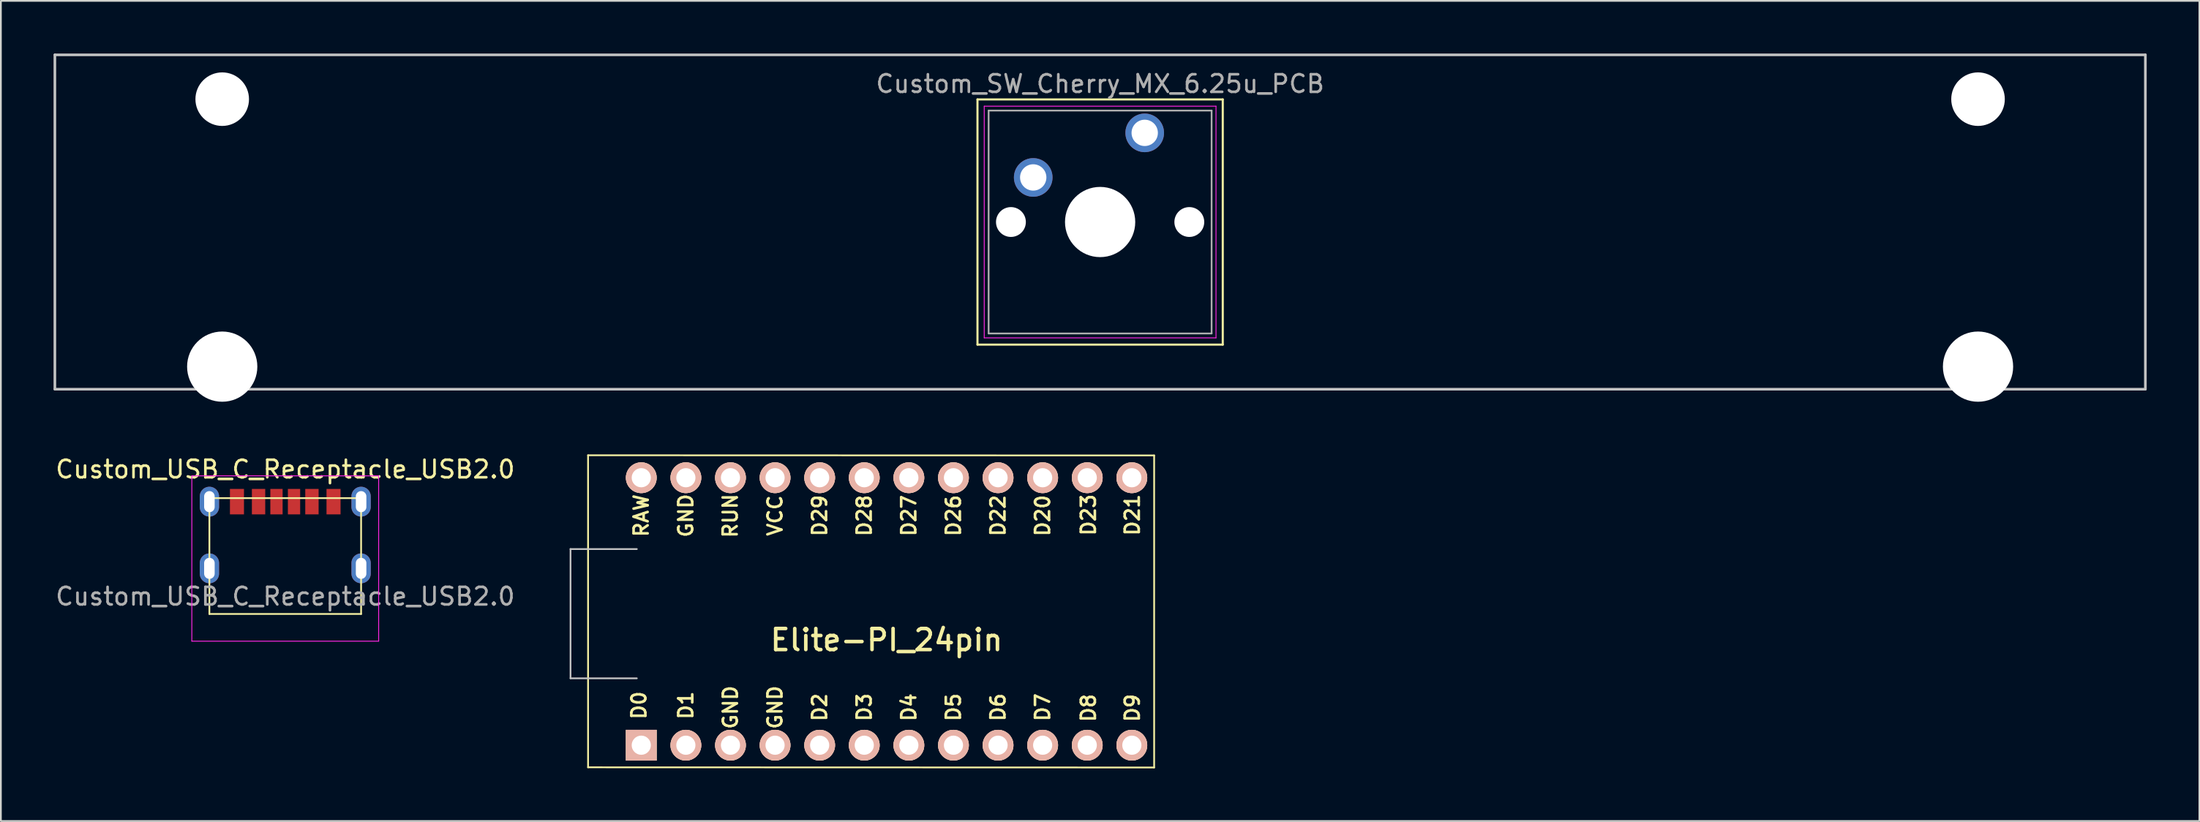
<source format=kicad_pcb>
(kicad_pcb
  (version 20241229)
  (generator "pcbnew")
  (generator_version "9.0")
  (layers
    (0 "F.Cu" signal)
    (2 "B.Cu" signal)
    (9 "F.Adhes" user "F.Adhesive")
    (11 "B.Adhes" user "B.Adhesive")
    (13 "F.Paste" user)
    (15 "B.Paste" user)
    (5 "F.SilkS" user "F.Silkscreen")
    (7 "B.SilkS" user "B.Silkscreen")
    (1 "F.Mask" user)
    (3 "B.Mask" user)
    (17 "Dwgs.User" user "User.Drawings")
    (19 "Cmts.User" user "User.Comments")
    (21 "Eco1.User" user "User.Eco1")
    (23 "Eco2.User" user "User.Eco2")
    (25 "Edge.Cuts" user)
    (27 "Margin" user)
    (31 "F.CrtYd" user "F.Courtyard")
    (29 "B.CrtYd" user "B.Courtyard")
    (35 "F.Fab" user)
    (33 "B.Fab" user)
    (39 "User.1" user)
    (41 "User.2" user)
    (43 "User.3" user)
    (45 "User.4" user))
  (footprint "Custom_USB_C_Receptacle_USB2.0"
    (layer "F.Cu")
    (at 13.196 29.333)
    (property "Reference" "Custom_USB_C_Receptacle_USB2.0" (at 0 -5.645 0) (layer "F.SilkS") (effects (font (size 1 1) (thickness 0.15))))
    (attr through_hole)
    (fp_line (start -4.32 -4) (end -4.32 2.6) (stroke (width 0.1) (type default)) (layer "F.SilkS"))
    (fp_line (start -4.32 2.6) (end 4.32 2.6) (stroke (width 0.1) (type default)) (layer "F.SilkS"))
    (fp_line (start 4.32 -4) (end -4.32 -4) (stroke (width 0.1) (type default)) (layer "F.SilkS"))
    (fp_line (start 4.32 2.6) (end 4.32 -4) (stroke (width 0.1) (type default)) (layer "F.SilkS"))
    (fp_line (start -5.32 -5.27) (end -5.32 4.15) (stroke (width 0.05) (type solid)) (layer "F.CrtYd"))
    (fp_line (start -5.32 -5.27) (end 5.32 -5.27) (stroke (width 0.05) (type solid)) (layer "F.CrtYd"))
    (fp_line (start -5.32 4.15) (end 5.32 4.15) (stroke (width 0.05) (type solid)) (layer "F.CrtYd"))
    (fp_line (start 5.32 -5.27) (end 5.32 4.15) (stroke (width 0.05) (type solid)) (layer "F.CrtYd"))
    (fp_text user "${REFERENCE}" (at 0 1.6 0) (layer "F.Fab") (effects (font (size 1 1) (thickness 0.15))))
    (pad "A6" smd rect (at -0.5 -3.8) (size 0.7 1.45) (layers "F.Cu" "F.Mask" "F.Paste"))
    (pad "A7" smd rect (at 0.5 -3.8) (size 0.7 1.45) (layers "F.Cu" "F.Mask" "F.Paste"))
    (pad "A9" smd rect (at 1.52 -3.8) (size 0.76 1.45) (layers "F.Cu" "F.Mask" "F.Paste"))
    (pad "A12" smd rect (at 2.75 -3.8) (size 0.8 1.45) (layers "F.Cu" "F.Mask" "F.Paste"))
    (pad "B9" smd rect (at -1.52 -3.8) (size 0.76 1.45) (layers "F.Cu" "F.Mask" "F.Paste"))
    (pad "B12" smd rect (at -2.75 -3.8) (size 0.8 1.45) (layers "F.Cu" "F.Mask" "F.Paste"))
    (pad "S1" thru_hole oval (at -4.32 -3.8) (size 1.1 1.7) (drill oval 0.6 1.2) (layers "*.Cu" "*.Mask"))
    (pad "S1" thru_hole oval (at -4.32 0) (size 1.1 1.7) (drill oval 0.6 1.2) (layers "*.Cu" "*.Mask"))
    (pad "S1" thru_hole oval (at 4.32 -3.8) (size 1.1 1.7) (drill oval 0.6 1.2) (layers "*.Cu" "*.Mask"))
    (pad "S1" thru_hole oval (at 4.32 0) (size 1.1 1.7) (drill oval 0.6 1.2) (layers "*.Cu" "*.Mask")))
  (footprint "Custom_SW_Cherry_MX_6.25u_PCB"
    (layer "F.Cu")
    (at 62.146 4.52)
    (property "Reference" "Custom_SW_Cherry_MX_6.25u_PCB" (at -2.54 -2.794 0) (layer "F.Fab") (effects (font (size 1 1) (thickness 0.15))))
    (attr through_hole)
    (fp_line (start -9.525 -1.905) (end 4.445 -1.905) (stroke (width 0.12) (type solid)) (layer "F.SilkS"))
    (fp_line (start -9.525 12.065) (end -9.525 -1.905) (stroke (width 0.12) (type solid)) (layer "F.SilkS"))
    (fp_line (start 4.445 -1.905) (end 4.445 12.065) (stroke (width 0.12) (type solid)) (layer "F.SilkS"))
    (fp_line (start 4.445 12.065) (end -9.525 12.065) (stroke (width 0.12) (type solid)) (layer "F.SilkS"))
    (fp_line (start -62.071 -4.445) (end 56.991 -4.445) (stroke (width 0.15) (type solid)) (layer "Dwgs.User"))
    (fp_line (start -62.071 14.605) (end -62.071 -4.445) (stroke (width 0.15) (type solid)) (layer "Dwgs.User"))
    (fp_line (start 56.991 -4.445) (end 56.991 14.605) (stroke (width 0.15) (type solid)) (layer "Dwgs.User"))
    (fp_line (start 56.991 14.605) (end -62.071 14.605) (stroke (width 0.15) (type solid)) (layer "Dwgs.User"))
    (fp_line (start -9.14 -1.52) (end 4.06 -1.52) (stroke (width 0.05) (type solid)) (layer "F.CrtYd"))
    (fp_line (start -9.14 11.68) (end -9.14 -1.52) (stroke (width 0.05) (type solid)) (layer "F.CrtYd"))
    (fp_line (start 4.06 -1.52) (end 4.06 11.68) (stroke (width 0.05) (type solid)) (layer "F.CrtYd"))
    (fp_line (start 4.06 11.68) (end -9.14 11.68) (stroke (width 0.05) (type solid)) (layer "F.CrtYd"))
    (fp_line (start -8.89 -1.27) (end 3.81 -1.27) (stroke (width 0.1) (type solid)) (layer "F.Fab"))
    (fp_line (start -8.89 11.43) (end -8.89 -1.27) (stroke (width 0.1) (type solid)) (layer "F.Fab"))
    (fp_line (start 3.81 -1.27) (end 3.81 11.43) (stroke (width 0.1) (type solid)) (layer "F.Fab"))
    (fp_line (start 3.81 11.43) (end -8.89 11.43) (stroke (width 0.1) (type solid)) (layer "F.Fab"))
    (pad "" np_thru_hole circle (at -52.54 -1.92) (size 3.05 3.05) (drill 3.05) (layers "*.Cu" "*.Mask"))
    (pad "" np_thru_hole circle (at -52.54 13.32) (size 4 4) (drill 4) (layers "*.Cu" "*.Mask"))
    (pad "" np_thru_hole circle (at -7.62 5.08) (size 1.7 1.7) (drill 1.7) (layers "*.Cu" "*.Mask"))
    (pad "" np_thru_hole circle (at -2.54 5.08) (size 4 4) (drill 4) (layers "*.Cu" "*.Mask"))
    (pad "" np_thru_hole circle (at 2.54 5.08) (size 1.7 1.7) (drill 1.7) (layers "*.Cu" "*.Mask"))
    (pad "" np_thru_hole circle (at 47.46 -1.92) (size 3.05 3.05) (drill 3.05) (layers "*.Cu" "*.Mask"))
    (pad "" np_thru_hole circle (at 47.46 13.32) (size 4 4) (drill 4) (layers "*.Cu" "*.Mask"))
    (pad "1" thru_hole circle (at 0 0) (size 2.2 2.2) (drill 1.5) (layers "*.Cu" "*.Mask"))
    (pad "2" thru_hole circle (at -6.35 2.54) (size 2.2 2.2) (drill 1.5) (layers "*.Cu" "*.Mask")))
  (footprint "Elite-PI_24pin"
    (layer "F.Cu")
    (at 47.443 31.79)
    (property "Reference" "Elite-PI_24pin" (at 0 1.625 0) (layer "F.SilkS") (effects (font (size 1.2 1.2) (thickness 0.203))))
    (attr through_hole)
    (fp_line (start -17 -8.9) (end -17 8.88) (stroke (width 0.1) (type default)) (layer "F.SilkS"))
    (fp_line (start -17 -8.9) (end 15.24 -8.89) (stroke (width 0.1) (type default)) (layer "F.SilkS"))
    (fp_line (start -17 8.88) (end 15.24 8.89) (stroke (width 0.1) (type default)) (layer "F.SilkS"))
    (fp_line (start 15.24 -8.89) (end 15.24 8.89) (stroke (width 0.1) (type default)) (layer "F.SilkS"))
    (fp_line (start -18 -3.556) (end -18 3.81) (stroke (width 0.1) (type default)) (layer "Dwgs.User"))
    (fp_line (start -18 3.81) (end -14.224 3.81) (stroke (width 0.1) (type default)) (layer "Dwgs.User"))
    (fp_line (start -14.224 -3.556) (end -18 -3.556) (stroke (width 0.1) (type default)) (layer "Dwgs.User"))
    (fp_text user "D9" (at 14 5.5 90) (layer "F.SilkS") (effects (font (size 0.8 0.8) (thickness 0.15))))
    (fp_text user "D26" (at 3.81 -5.461 90) (layer "F.SilkS") (effects (font (size 0.8 0.8) (thickness 0.15))))
    (fp_text user "D22" (at 6.35 -5.461 90) (layer "F.SilkS") (effects (font (size 0.8 0.8) (thickness 0.15))))
    (fp_text user "D2" (at -3.81 5.461 90) (layer "F.SilkS") (effects (font (size 0.8 0.8) (thickness 0.15))))
    (fp_text user "D7" (at 8.89 5.461 90) (layer "F.SilkS") (effects (font (size 0.8 0.8) (thickness 0.15))))
    (fp_text user "GND" (at -8.89 5.461 90) (layer "F.SilkS") (effects (font (size 0.8 0.8) (thickness 0.15))))
    (fp_text user "D4" (at 1.27 5.461 90) (layer "F.SilkS") (effects (font (size 0.8 0.8) (thickness 0.15))))
    (fp_text user "D6" (at 6.35 5.461 90) (layer "F.SilkS") (effects (font (size 0.8 0.8) (thickness 0.15))))
    (fp_text user "D23" (at 11.5 -5.5 90) (layer "F.SilkS") (effects (font (size 0.8 0.8) (thickness 0.15))))
    (fp_text user "RAW" (at -13.97 -5.461 90) (layer "F.SilkS") (effects (font (size 0.8 0.8) (thickness 0.15))))
    (fp_text user "D1" (at -11.43 5.35 90) (layer "F.SilkS") (effects (font (size 0.8 0.8) (thickness 0.15))))
    (fp_text user "D8" (at 11.5 5.5 90) (layer "F.SilkS") (effects (font (size 0.8 0.8) (thickness 0.15))))
    (fp_text user "D3" (at -1.27 5.461 90) (layer "F.SilkS") (effects (font (size 0.8 0.8) (thickness 0.15))))
    (fp_text user "RUN" (at -8.9 -5.45 90) (layer "F.SilkS") (effects (font (size 0.8 0.8) (thickness 0.15))))
    (fp_text user "GND" (at -11.43 -5.461 90) (layer "F.SilkS") (effects (font (size 0.8 0.8) (thickness 0.15))))
    (fp_text user "D20" (at 8.89 -5.461 90) (layer "F.SilkS") (effects (font (size 0.8 0.8) (thickness 0.15))))
    (fp_text user "GND" (at -6.35 5.461 90) (layer "F.SilkS") (effects (font (size 0.8 0.8) (thickness 0.15))))
    (fp_text user "D28" (at -1.27 -5.461 90) (layer "F.SilkS") (effects (font (size 0.8 0.8) (thickness 0.15))))
    (fp_text user "VCC" (at -6.35 -5.461 90) (layer "F.SilkS") (effects (font (size 0.8 0.8) (thickness 0.15))))
    (fp_text user "D21" (at 14 -5.5 90) (unlocked yes) (layer "F.SilkS") (effects (font (size 0.8 0.8) (thickness 0.15))))
    (fp_text user "D29" (at -3.81 -5.461 90) (layer "F.SilkS") (effects (font (size 0.8 0.8) (thickness 0.15))))
    (fp_text user "D0" (at -14.1 5.35 90) (layer "F.SilkS") (effects (font (size 0.8 0.8) (thickness 0.15))))
    (fp_text user "D27" (at 1.27 -5.461 90) (layer "F.SilkS") (effects (font (size 0.8 0.8) (thickness 0.15))))
    (fp_text user "D5" (at 3.81 5.461 90) (layer "F.SilkS") (effects (font (size 0.8 0.8) (thickness 0.15))))
    (pad "1" thru_hole rect (at -13.97 7.62) (size 1.753 1.753) (drill 1.092) (layers "*.Cu" "*.SilkS" "*.Mask"))
    (pad "2" thru_hole circle (at -11.43 7.62) (size 1.753 1.753) (drill 1.092) (layers "*.Cu" "*.SilkS" "*.Mask"))
    (pad "3" thru_hole circle (at -8.89 7.62) (size 1.753 1.753) (drill 1.092) (layers "*.Cu" "*.SilkS" "*.Mask"))
    (pad "4" thru_hole circle (at -6.35 7.62) (size 1.753 1.753) (drill 1.092) (layers "*.Cu" "*.SilkS" "*.Mask"))
    (pad "5" thru_hole circle (at -3.81 7.62) (size 1.753 1.753) (drill 1.092) (layers "*.Cu" "*.SilkS" "*.Mask"))
    (pad "6" thru_hole circle (at -1.27 7.62) (size 1.753 1.753) (drill 1.092) (layers "*.Cu" "*.SilkS" "*.Mask"))
    (pad "7" thru_hole circle (at 1.27 7.62) (size 1.753 1.753) (drill 1.092) (layers "*.Cu" "*.SilkS" "*.Mask"))
    (pad "8" thru_hole circle (at 3.81 7.62) (size 1.753 1.753) (drill 1.092) (layers "*.Cu" "*.SilkS" "*.Mask"))
    (pad "9" thru_hole circle (at 6.35 7.62) (size 1.753 1.753) (drill 1.092) (layers "*.Cu" "*.SilkS" "*.Mask"))
    (pad "10" thru_hole circle (at 8.89 7.62) (size 1.753 1.753) (drill 1.092) (layers "*.Cu" "*.SilkS" "*.Mask"))
    (pad "11" thru_hole circle (at 11.43 7.62) (size 1.753 1.753) (drill 1.092) (layers "*.Cu" "*.SilkS" "*.Mask"))
    (pad "12" thru_hole circle (at 13.97 7.62) (size 1.753 1.753) (drill 1.092) (layers "*.Cu" "*.SilkS" "*.Mask"))
    (pad "13" thru_hole circle (at 13.97 -7.62) (size 1.753 1.753) (drill 1.092) (layers "*.Cu" "*.SilkS" "*.Mask"))
    (pad "14" thru_hole circle (at 11.43 -7.62) (size 1.753 1.753) (drill 1.092) (layers "*.Cu" "*.SilkS" "*.Mask"))
    (pad "15" thru_hole circle (at 8.89 -7.62) (size 1.753 1.753) (drill 1.092) (layers "*.Cu" "*.SilkS" "*.Mask"))
    (pad "16" thru_hole circle (at 6.35 -7.62) (size 1.753 1.753) (drill 1.092) (layers "*.Cu" "*.SilkS" "*.Mask"))
    (pad "17" thru_hole circle (at 3.81 -7.62) (size 1.753 1.753) (drill 1.092) (layers "*.Cu" "*.SilkS" "*.Mask"))
    (pad "18" thru_hole circle (at 1.27 -7.62) (size 1.753 1.753) (drill 1.092) (layers "*.Cu" "*.SilkS" "*.Mask"))
    (pad "19" thru_hole circle (at -1.27 -7.62) (size 1.753 1.753) (drill 1.092) (layers "*.Cu" "*.SilkS" "*.Mask"))
    (pad "20" thru_hole circle (at -3.81 -7.62) (size 1.753 1.753) (drill 1.092) (layers "*.Cu" "*.SilkS" "*.Mask"))
    (pad "21" thru_hole circle (at -6.35 -7.62) (size 1.753 1.753) (drill 1.092) (layers "*.Cu" "*.SilkS" "*.Mask"))
    (pad "22" thru_hole circle (at -8.89 -7.62) (size 1.753 1.753) (drill 1.092) (layers "*.Cu" "*.SilkS" "*.Mask"))
    (pad "23" thru_hole circle (at -11.43 -7.62) (size 1.753 1.753) (drill 1.092) (layers "*.Cu" "*.SilkS" "*.Mask"))
    (pad "24" thru_hole circle (at -13.97 -7.62) (size 1.753 1.753) (drill 1.092) (layers "*.Cu" "*.SilkS" "*.Mask")))
  (gr_rect
    (start -3 -3)
    (end 122.213 43.73)
    (stroke (width 0.1) (type default))
    (fill no)
    (layer "Edge.Cuts")))
</source>
